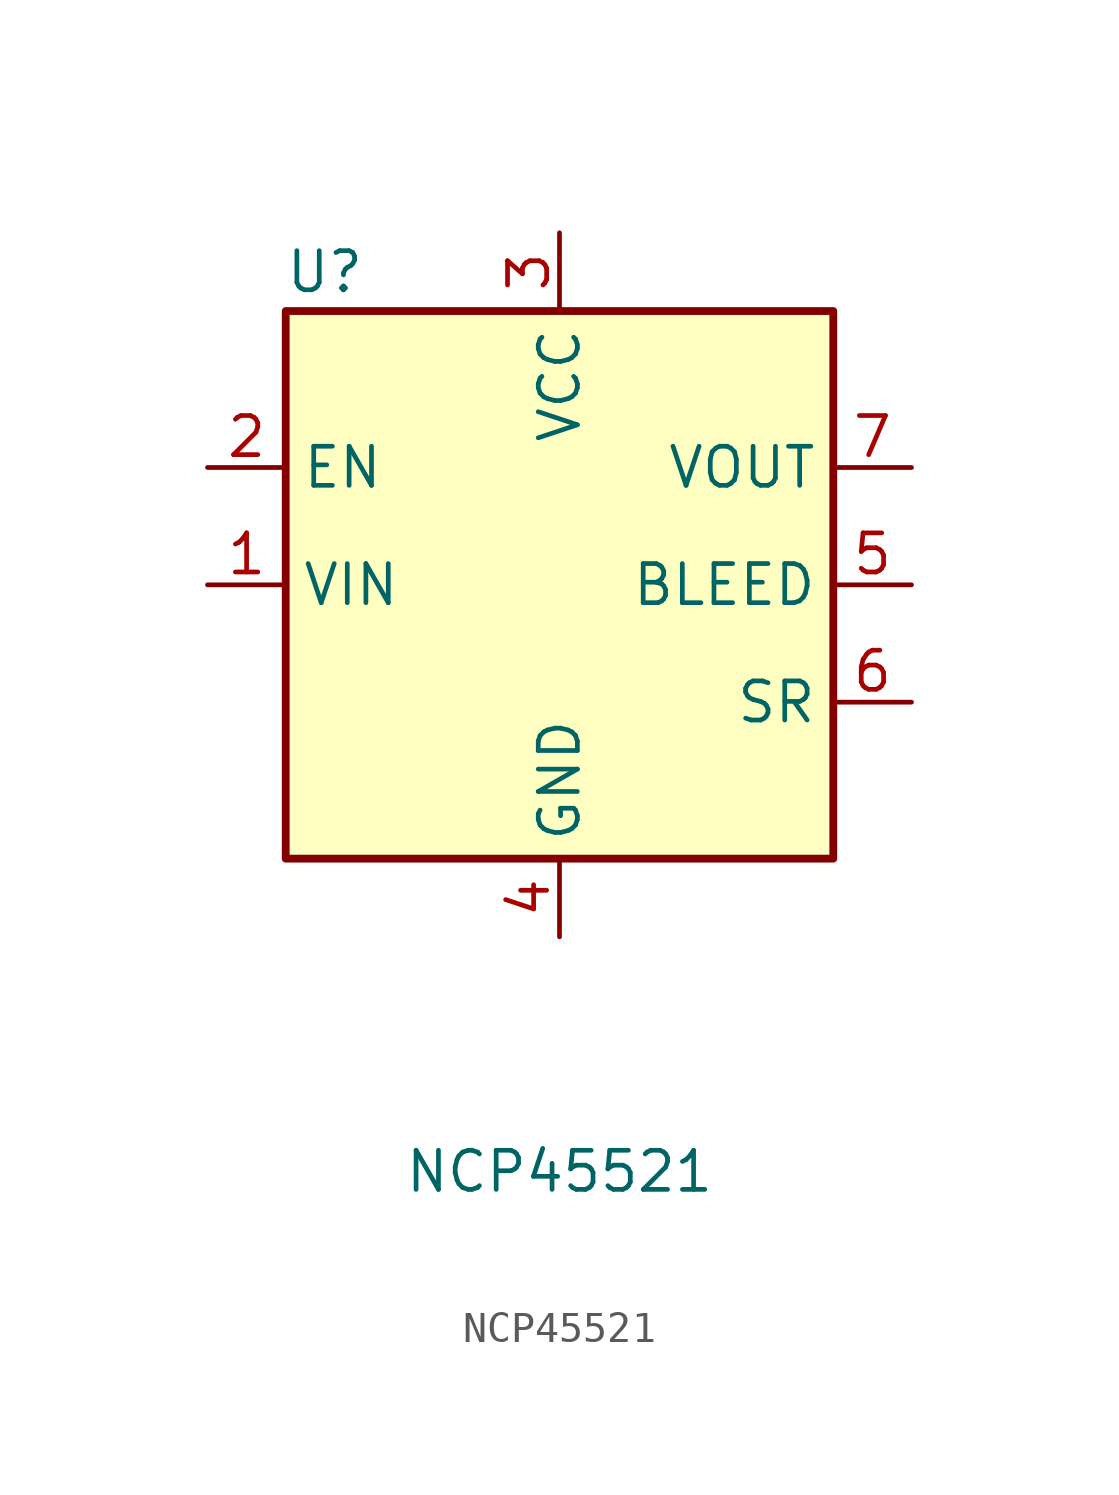
<source format=kicad_sym>
(kicad_symbol_lib
  (version 20220914)
  (generator kicad_symbol_editor)
  (symbol "NCP45521"
    (property "Reference" "U"
      (at -7.62 10.16 0)
      (effects (font (size 1.27 1.27))))
    (property "Value" "NCP45521"
      (at 0 -19.05 0)
      (effects (font (size 1.27 1.27))))
    (symbol "NCP45521_0_1"
      (rectangle (start -8.89 8.89) (end 8.89 -8.89) (stroke (width 0.254) (type default)) (fill (type background))))
    (symbol "NCP45521_1_1"
      (pin input line (at -11.43 0 0) (length 2.54) (name "VIN" (effects (font (size 1.27 1.27)))) (number "1" (effects (font (size 1.27 1.27)))))
      (pin passive line (at -11.43 3.81 0) (length 2.54) (name "EN" (effects (font (size 1.27 1.27)))) (number "2" (effects (font (size 1.27 1.27)))))
      (pin power_in line (at 0 11.43 270) (length 2.54) (name "VCC" (effects (font (size 1.27 1.27)))) (number "3" (effects (font (size 1.27 1.27)))))
      (pin power_out line (at 0 -11.43 90) (length 2.54) (name "GND" (effects (font (size 1.27 1.27)))) (number "4" (effects (font (size 1.27 1.27)))))
      (pin passive line (at 11.43 0 180) (length 2.54) (name "BLEED" (effects (font (size 1.27 1.27)))) (number "5" (effects (font (size 1.27 1.27)))))
      (pin passive line (at 11.43 -3.81 180) (length 2.54) (name "SR" (effects (font (size 1.27 1.27)))) (number "6" (effects (font (size 1.27 1.27)))))
      (pin output line (at 11.43 3.81 180) (length 2.54) (name "VOUT" (effects (font (size 1.27 1.27)))) (number "7" (effects (font (size 1.27 1.27)))))
      (pin input line (at -11.43 0 0) (length 2.54) hide (name "VIN" (effects (font (size 1.27 1.27)))) (number "9" (effects (font (size 1.27 1.27))))))))
</source>
